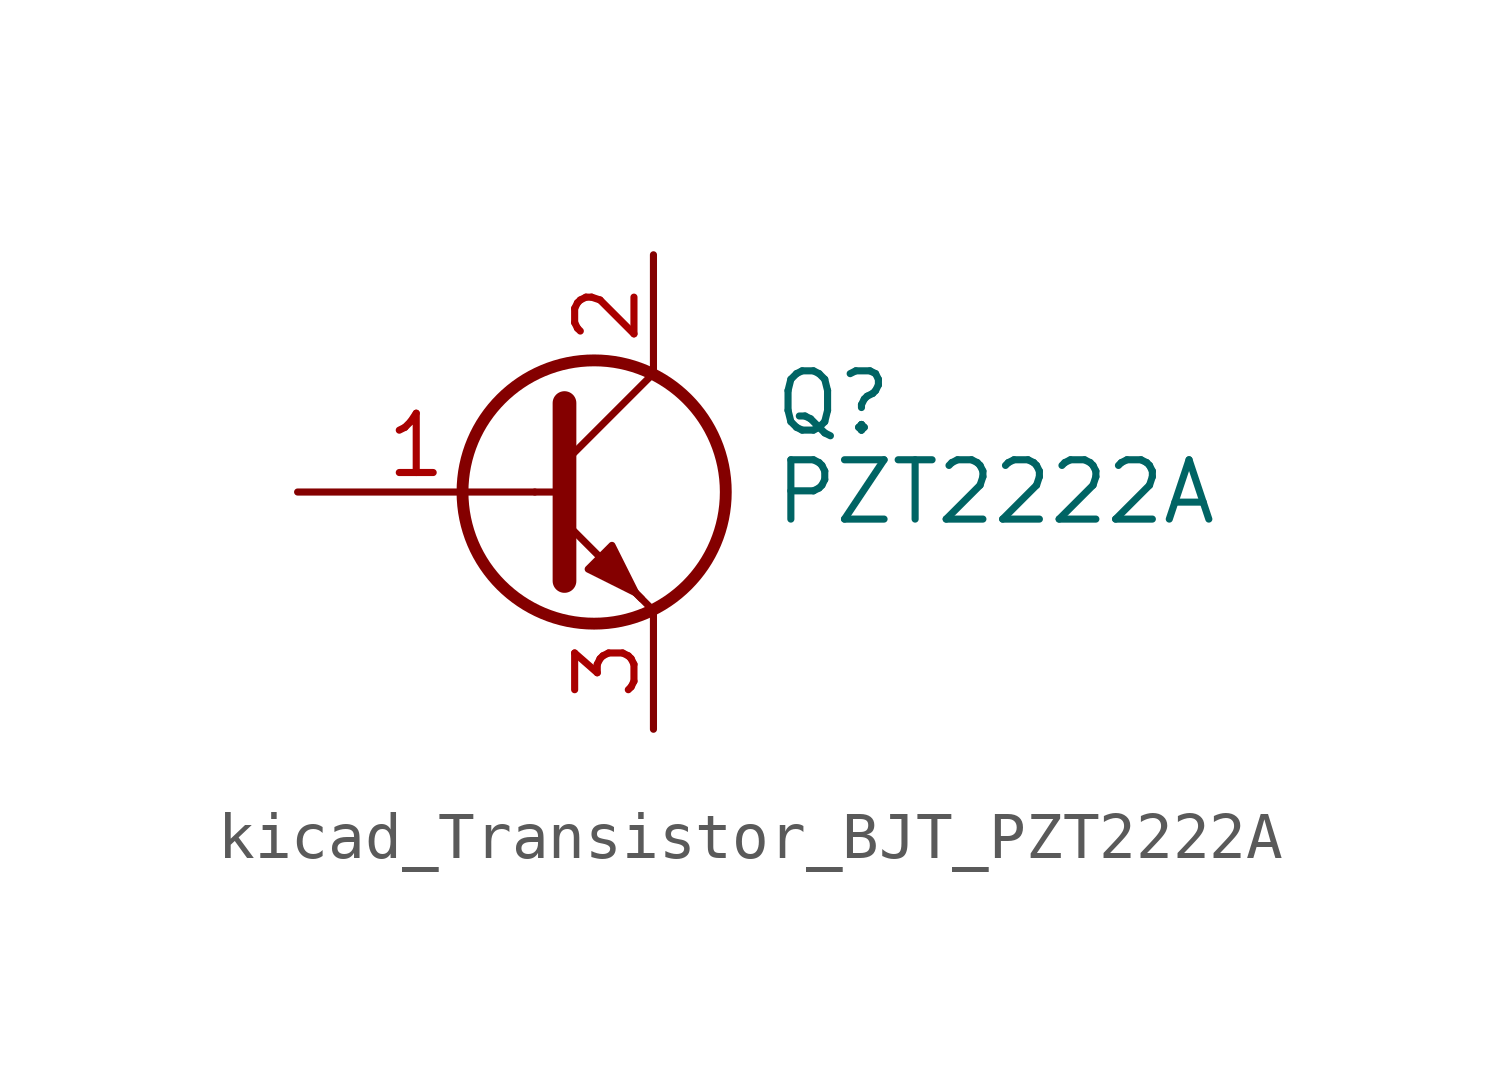
<source format=kicad_sym>
(kicad_symbol_lib
  (version 20220914)
  (generator kicad_symbol_editor)
  (symbol "kicad_Transistor_BJT_PZT2222A"
    (pin_names
      (offset 0) hide)
    (property "Reference" "Q"
      (at 5.08 1.905 0)
      (effects (font (size 1.27 1.27)) (justify left)))
    (property "Value" "PZT2222A"
      (at 5.08 0 0)
      (effects (font (size 1.27 1.27)) (justify left)))
    (symbol "kicad_Transistor_BJT_PZT2222A_0_1"
      (polyline (pts (xy 0 0) (xy 0.635 0)) (stroke (width 0) (type default)) (fill (type none)))
      (polyline (pts (xy 2.54 -2.54) (xy 0.635 -0.635)) (stroke (width 0) (type default)) (fill (type none)))
      (polyline (pts (xy 2.54 2.54) (xy 0.635 0.635)) (stroke (width 0) (type default)) (fill (type none)))
      (polyline (pts (xy 0.635 1.905) (xy 0.635 -1.905) (xy 0.635 -1.905)) (stroke (width 0.508) (type default)) (fill (type none)))
      (polyline (pts (xy 2.286 -2.286) (xy 1.778 -1.778) (xy 1.778 -1.778)) (stroke (width 0) (type default)) (fill (type none)))
      (polyline (pts (xy 1.143 -1.651) (xy 1.651 -1.143) (xy 2.159 -2.159) (xy 1.143 -1.651) (xy 1.143 -1.651)) (stroke (width 0) (type default)) (fill (type outline)))
      (circle (center 1.27 0) (radius 2.819) (stroke (width 0.254) (type default)) (fill (type none))))
    (symbol "kicad_Transistor_BJT_PZT2222A_1_1"
      (pin input line (at -5.08 0 0) (length 5.08) (name "B" (effects (font (size 1.27 1.27)))) (number "1" (effects (font (size 1.27 1.27)))))
      (pin passive line (at 2.54 5.08 270) (length 2.54) (name "C" (effects (font (size 1.27 1.27)))) (number "2" (effects (font (size 1.27 1.27)))))
      (pin passive line (at 2.54 -5.08 90) (length 2.54) (name "E" (effects (font (size 1.27 1.27)))) (number "3" (effects (font (size 1.27 1.27))))))))
</source>
